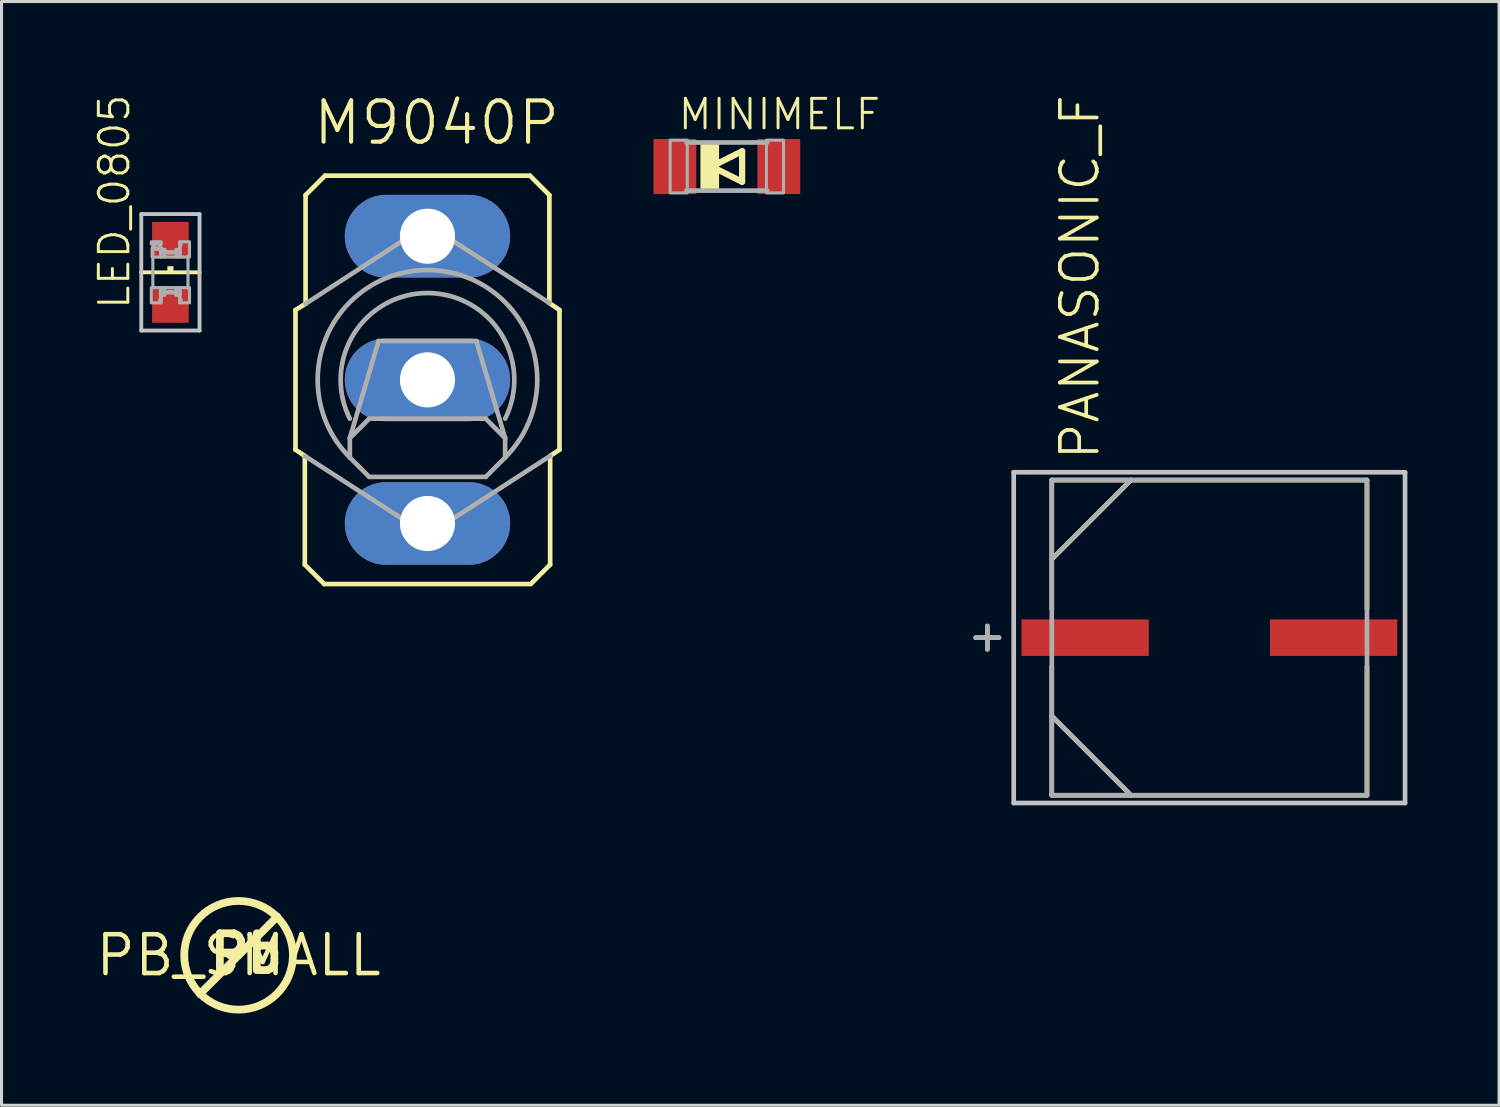
<source format=kicad_pcb>
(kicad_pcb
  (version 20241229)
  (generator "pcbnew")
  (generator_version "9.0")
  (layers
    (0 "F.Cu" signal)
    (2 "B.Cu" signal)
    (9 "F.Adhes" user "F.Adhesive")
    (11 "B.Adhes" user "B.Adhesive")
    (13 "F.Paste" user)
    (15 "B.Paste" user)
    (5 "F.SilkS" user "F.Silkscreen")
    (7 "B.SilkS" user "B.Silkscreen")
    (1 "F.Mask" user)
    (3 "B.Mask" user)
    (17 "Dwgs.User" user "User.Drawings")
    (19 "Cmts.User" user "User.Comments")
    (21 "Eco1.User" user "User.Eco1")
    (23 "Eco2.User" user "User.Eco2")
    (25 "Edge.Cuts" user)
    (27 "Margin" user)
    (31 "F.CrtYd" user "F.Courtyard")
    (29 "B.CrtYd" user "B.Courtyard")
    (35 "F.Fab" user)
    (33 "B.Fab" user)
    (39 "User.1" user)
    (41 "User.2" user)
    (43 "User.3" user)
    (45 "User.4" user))
  (footprint "PB_SMALL"
    (layer "F.Cu")
    (at 4.755 28.203)
    (property "Reference" "PB_SMALL" (at 0 0 0) (layer "F.SilkS") (effects (font (size 1.27 1.27) (thickness 0.15))))
    (attr through_hole)
    (fp_line (start -1.265 1.265) (end 1.265 -1.265) (stroke (width 0.254) (type solid)) (layer "F.SilkS"))
    (fp_circle (center 0 0) (end 1.778 0) (stroke (width 0.254) (type solid)) (fill no) (layer "F.SilkS"))
    (fp_text user "Pb" (at -1.065 0.646 0) (layer "F.SilkS") (effects (font (size 1.206 1.206) (thickness 0.254)) (justify left bottom))))
  (footprint "LED_0805"
    (layer "F.Cu")
    (at 2.525 5.859)
    (property "Reference" "LED_0805" (at -1.27 1.27 90) (layer "F.SilkS") (effects (font (size 0.965 0.965) (thickness 0.097)) (justify left bottom)))
    (attr through_hole)
    (fp_line (start -0.953 0) (end 0.953 0) (stroke (width 0.127) (type solid)) (layer "F.SilkS"))
    (fp_poly (pts (xy -0.1 0) (xy 0.1 0) (xy 0.1 -0.2) (xy -0.1 -0.2)) (stroke (width 0) (type solid)) (fill yes) (layer "F.SilkS"))
    (fp_line (start -0.953 -1.905) (end 0.953 -1.905) (stroke (width 0.127) (type solid)) (layer "Dwgs.User"))
    (fp_line (start -0.953 0) (end -0.953 -1.905) (stroke (width 0.127) (type solid)) (layer "Dwgs.User"))
    (fp_line (start -0.953 1.905) (end -0.953 0) (stroke (width 0.127) (type solid)) (layer "Dwgs.User"))
    (fp_line (start 0.953 -1.905) (end 0.953 0) (stroke (width 0.127) (type solid)) (layer "Dwgs.User"))
    (fp_line (start 0.953 0) (end 0.953 1.905) (stroke (width 0.127) (type solid)) (layer "Dwgs.User"))
    (fp_line (start 0.953 1.905) (end -0.953 1.905) (stroke (width 0.127) (type solid)) (layer "Dwgs.User"))
    (fp_line (start -0.575 0.5) (end -0.575 -0.925) (stroke (width 0.102) (type solid)) (layer "F.Fab"))
    (fp_line (start 0.575 -0.525) (end 0.575 0.525) (stroke (width 0.102) (type solid)) (layer "F.Fab"))
    (fp_arc (start -0.35 0.925) (mid -0.000001 0.625027) (end 0.35 0.924998) (stroke (width 0.1016) (type solid)) (layer "F.Fab"))
    (fp_arc (start 0.35 -0.924998) (mid -0.000001 -0.625027) (end -0.35 -0.925) (stroke (width 0.1016) (type solid)) (layer "F.Fab"))
    (fp_circle (center -0.45 -0.85) (end -0.347 -0.85) (stroke (width 0.102) (type solid)) (fill no) (layer "F.Fab"))
    (fp_poly (pts (xy -0.625 -0.925) (xy -0.3 -0.925) (xy -0.3 -1) (xy -0.625 -1)) (stroke (width 0.1) (type solid)) (fill no) (layer "F.Fab"))
    (fp_poly (pts (xy -0.625 1) (xy -0.3 1) (xy -0.3 0.5) (xy -0.625 0.5)) (stroke (width 0.1) (type solid)) (fill no) (layer "F.Fab"))
    (fp_poly (pts (xy -0.6 -0.5) (xy -0.3 -0.5) (xy -0.3 -0.8) (xy -0.6 -0.8)) (stroke (width 0.1) (type solid)) (fill no) (layer "F.Fab"))
    (fp_poly (pts (xy -0.325 -0.5) (xy -0.175 -0.5) (xy -0.175 -0.75) (xy -0.325 -0.75)) (stroke (width 0.1) (type solid)) (fill no) (layer "F.Fab"))
    (fp_poly (pts (xy -0.325 0.75) (xy -0.175 0.75) (xy -0.175 0.5) (xy -0.325 0.5)) (stroke (width 0.1) (type solid)) (fill no) (layer "F.Fab"))
    (fp_poly (pts (xy -0.2 -0.5) (xy 0.2 -0.5) (xy 0.2 -0.675) (xy -0.2 -0.675)) (stroke (width 0.1) (type solid)) (fill no) (layer "F.Fab"))
    (fp_poly (pts (xy -0.2 0.675) (xy 0.2 0.675) (xy 0.2 0.5) (xy -0.2 0.5)) (stroke (width 0.1) (type solid)) (fill no) (layer "F.Fab"))
    (fp_poly (pts (xy 0.175 -0.5) (xy 0.325 -0.5) (xy 0.325 -0.75) (xy 0.175 -0.75)) (stroke (width 0.1) (type solid)) (fill no) (layer "F.Fab"))
    (fp_poly (pts (xy 0.175 0.75) (xy 0.325 0.75) (xy 0.325 0.5) (xy 0.175 0.5)) (stroke (width 0.1) (type solid)) (fill no) (layer "F.Fab"))
    (fp_poly (pts (xy 0.3 -0.5) (xy 0.625 -0.5) (xy 0.625 -1) (xy 0.3 -1)) (stroke (width 0.1) (type solid)) (fill no) (layer "F.Fab"))
    (fp_poly (pts (xy 0.3 1) (xy 0.625 1) (xy 0.625 0.5) (xy 0.3 0.5)) (stroke (width 0.1) (type solid)) (fill no) (layer "F.Fab"))
    (pad "A" smd rect (at 0 1.05) (size 1.2 1.2) (layers "F.Cu" "F.Mask" "F.Paste"))
    (pad "C" smd rect (at 0 -1.05) (size 1.2 1.2) (layers "F.Cu" "F.Mask" "F.Paste")))
  (footprint "MINIMELF"
    (layer "F.Cu")
    (at 20.729 2.398)
    (property "Reference" "MINIMELF" (at -1.651 -1.143 180) (layer "F.SilkS") (effects (font (size 0.965 0.965) (thickness 0.097)) (justify left bottom)))
    (attr through_hole)
    (fp_line (start -0.5 0) (end 0.5 0.5) (stroke (width 0.203) (type solid)) (layer "F.SilkS"))
    (fp_line (start 0.5 -0.5) (end -0.5 0) (stroke (width 0.203) (type solid)) (layer "F.SilkS"))
    (fp_line (start 0.5 0.5) (end 0.5 -0.5) (stroke (width 0.203) (type solid)) (layer "F.SilkS"))
    (fp_poly (pts (xy -0.864 0.787) (xy -0.254 0.787) (xy -0.254 -0.787) (xy -0.864 -0.787)) (stroke (width 0) (type solid)) (fill yes) (layer "F.SilkS"))
    (fp_line (start 1.321 -0.787) (end -1.321 -0.787) (stroke (width 0.152) (type solid)) (layer "F.Fab"))
    (fp_line (start 1.321 0.787) (end -1.321 0.787) (stroke (width 0.152) (type solid)) (layer "F.Fab"))
    (fp_poly (pts (xy -1.854 0.864) (xy -1.295 0.864) (xy -1.295 -0.864) (xy -1.854 -0.864)) (stroke (width 0.1) (type solid)) (fill no) (layer "F.Fab"))
    (fp_poly (pts (xy 1.295 0.864) (xy 1.854 0.864) (xy 1.854 -0.864) (xy 1.295 -0.864)) (stroke (width 0.1) (type solid)) (fill no) (layer "F.Fab"))
    (pad "A" smd rect (at 1.7 0) (size 1.4 1.8) (layers "F.Cu" "F.Mask" "F.Paste"))
    (pad "C" smd rect (at -1.7 0) (size 1.4 1.8) (layers "F.Cu" "F.Mask" "F.Paste")))
  (footprint "M9040P"
    (layer "F.Cu")
    (at 10.935 9.377)
    (property "Reference" "M9040P" (at -3.81 -7.62 180) (layer "F.SilkS") (effects (font (size 1.351 1.351) (thickness 0.135)) (justify left bottom)))
    (attr through_hole)
    (fp_line (start -4.318 -2.286) (end -4.318 2.286) (stroke (width 0.152) (type solid)) (layer "F.SilkS"))
    (fp_line (start -4.318 2.286) (end -4.013 2.489) (stroke (width 0.152) (type solid)) (layer "F.SilkS"))
    (fp_line (start -4.013 6.045) (end -4.013 2.489) (stroke (width 0.152) (type solid)) (layer "F.SilkS"))
    (fp_line (start -4.013 6.045) (end -3.378 6.68) (stroke (width 0.152) (type solid)) (layer "F.SilkS"))
    (fp_line (start -3.988 -2.489) (end -4.318 -2.286) (stroke (width 0.152) (type solid)) (layer "F.SilkS"))
    (fp_line (start -3.988 -2.489) (end -3.988 -6.045) (stroke (width 0.152) (type solid)) (layer "F.SilkS"))
    (fp_line (start -3.353 -6.68) (end -3.988 -6.045) (stroke (width 0.152) (type solid)) (layer "F.SilkS"))
    (fp_line (start -3.353 -6.68) (end 3.353 -6.68) (stroke (width 0.152) (type solid)) (layer "F.SilkS"))
    (fp_line (start 3.378 6.68) (end -3.378 6.68) (stroke (width 0.152) (type solid)) (layer "F.SilkS"))
    (fp_line (start 3.378 6.68) (end 4.013 6.045) (stroke (width 0.152) (type solid)) (layer "F.SilkS"))
    (fp_line (start 3.988 -6.045) (end 3.353 -6.68) (stroke (width 0.152) (type solid)) (layer "F.SilkS"))
    (fp_line (start 3.988 -6.045) (end 3.988 -2.515) (stroke (width 0.152) (type solid)) (layer "F.SilkS"))
    (fp_line (start 4.013 2.489) (end 4.318 2.286) (stroke (width 0.152) (type solid)) (layer "F.SilkS"))
    (fp_line (start 4.013 6.045) (end 4.013 2.489) (stroke (width 0.152) (type solid)) (layer "F.SilkS"))
    (fp_line (start 4.318 -2.286) (end 3.988 -2.515) (stroke (width 0.152) (type solid)) (layer "F.SilkS"))
    (fp_line (start 4.318 -2.286) (end 4.318 2.286) (stroke (width 0.152) (type solid)) (layer "F.SilkS"))
    (fp_line (start -4.013 2.489) (end 0 5.08) (stroke (width 0.152) (type solid)) (layer "F.Fab"))
    (fp_line (start -2.54 2.54) (end -2.54 1.905) (stroke (width 0.152) (type solid)) (layer "F.Fab"))
    (fp_line (start -2.54 2.54) (end -1.905 3.175) (stroke (width 0.152) (type solid)) (layer "F.Fab"))
    (fp_line (start -1.905 1.27) (end -2.54 1.905) (stroke (width 0.152) (type solid)) (layer "F.Fab"))
    (fp_line (start -1.905 1.27) (end 1.905 1.27) (stroke (width 0.152) (type solid)) (layer "F.Fab"))
    (fp_line (start -1.6 -1.27) (end -2.54 1.905) (stroke (width 0.152) (type solid)) (layer "F.Fab"))
    (fp_line (start -1.6 -1.27) (end 1.6 -1.27) (stroke (width 0.152) (type solid)) (layer "F.Fab"))
    (fp_line (start 0 -5.08) (end -3.988 -2.489) (stroke (width 0.152) (type solid)) (layer "F.Fab"))
    (fp_line (start 0 5.08) (end 4.013 2.489) (stroke (width 0.152) (type solid)) (layer "F.Fab"))
    (fp_line (start 1.6 -1.27) (end 2.54 1.905) (stroke (width 0.152) (type solid)) (layer "F.Fab"))
    (fp_line (start 1.905 1.27) (end 2.54 1.905) (stroke (width 0.152) (type solid)) (layer "F.Fab"))
    (fp_line (start 1.905 3.175) (end -1.905 3.175) (stroke (width 0.152) (type solid)) (layer "F.Fab"))
    (fp_line (start 1.905 3.175) (end 2.54 2.54) (stroke (width 0.152) (type solid)) (layer "F.Fab"))
    (fp_line (start 2.54 1.905) (end 2.54 2.54) (stroke (width 0.152) (type solid)) (layer "F.Fab"))
    (fp_line (start 3.988 -2.515) (end 0 -5.08) (stroke (width 0.152) (type solid)) (layer "F.Fab"))
    (fp_arc (start -2.54 1.27) (mid 0 -2.839806) (end 2.54 1.27) (stroke (width 0.1524) (type solid)) (layer "F.Fab"))
    (fp_arc (start -2.54 2.54) (mid 0 -3.592102) (end 2.54 2.54) (stroke (width 0.1524) (type solid)) (layer "F.Fab"))
    (pad "1" thru_hole oval (at 0 -4.699) (size 5.41 2.705) (drill 1.803) (layers "*.Cu" "*.Mask"))
    (pad "2" thru_hole oval (at 0 0) (size 5.41 2.705) (drill 1.803) (layers "*.Cu" "*.Mask"))
    (pad "3" thru_hole oval (at 0 4.699) (size 5.41 2.705) (drill 1.803) (layers "*.Cu" "*.Mask")))
  (footprint "PANASONIC_F"
    (layer "F.Cu")
    (at 36.515 17.811)
    (property "Reference" "PANASONIC_F" (at -3.531 -5.74 270) (layer "F.SilkS") (effects (font (size 1.206 1.206) (thickness 0.121)) (justify left bottom)))
    (attr through_hole)
    (fp_line (start -7.264 -0.381) (end -7.264 0.381) (stroke (width 0.152) (type solid)) (layer "F.SilkS"))
    (fp_line (start -6.883 0) (end -7.645 0) (stroke (width 0.152) (type solid)) (layer "F.SilkS"))
    (fp_line (start -5.156 -5.156) (end -5.156 -0.94) (stroke (width 0.152) (type solid)) (layer "F.SilkS"))
    (fp_line (start -5.156 -2.565) (end -2.565 -5.156) (stroke (width 0.152) (type solid)) (layer "F.SilkS"))
    (fp_line (start -5.156 0.94) (end -5.156 2.565) (stroke (width 0.152) (type solid)) (layer "F.SilkS"))
    (fp_line (start -5.156 2.565) (end -5.156 5.156) (stroke (width 0.152) (type solid)) (layer "F.SilkS"))
    (fp_line (start -5.156 2.565) (end -2.565 5.156) (stroke (width 0.152) (type solid)) (layer "F.SilkS"))
    (fp_line (start -5.156 5.156) (end 5.156 5.156) (stroke (width 0.152) (type solid)) (layer "F.SilkS"))
    (fp_line (start 5.156 -5.156) (end -5.156 -5.156) (stroke (width 0.152) (type solid)) (layer "F.SilkS"))
    (fp_line (start 5.156 -0.94) (end 5.156 -5.156) (stroke (width 0.152) (type solid)) (layer "F.SilkS"))
    (fp_line (start 5.156 5.156) (end 5.156 0.94) (stroke (width 0.152) (type solid)) (layer "F.SilkS"))
    (fp_line (start -6.401 -5.41) (end 6.401 -5.41) (stroke (width 0.152) (type solid)) (layer "Dwgs.User"))
    (fp_line (start -6.401 5.41) (end -6.401 -5.41) (stroke (width 0.152) (type solid)) (layer "Dwgs.User"))
    (fp_line (start 6.401 -5.41) (end 6.401 5.41) (stroke (width 0.152) (type solid)) (layer "Dwgs.User"))
    (fp_line (start 6.401 5.41) (end -6.401 5.41) (stroke (width 0.152) (type solid)) (layer "Dwgs.User"))
    (fp_line (start -7.264 -0.381) (end -7.264 0.381) (stroke (width 0.152) (type solid)) (layer "F.Fab"))
    (fp_line (start -6.883 0) (end -7.645 0) (stroke (width 0.152) (type solid)) (layer "F.Fab"))
    (fp_line (start -5.156 -5.156) (end -5.156 5.156) (stroke (width 0.152) (type solid)) (layer "F.Fab"))
    (fp_line (start -5.156 -2.565) (end -2.565 -5.156) (stroke (width 0.152) (type solid)) (layer "F.Fab"))
    (fp_line (start -5.156 2.565) (end -2.565 5.156) (stroke (width 0.152) (type solid)) (layer "F.Fab"))
    (fp_line (start -5.156 5.156) (end 5.156 5.156) (stroke (width 0.152) (type solid)) (layer "F.Fab"))
    (fp_line (start 5.156 -5.156) (end -5.156 -5.156) (stroke (width 0.152) (type solid)) (layer "F.Fab"))
    (fp_line (start 5.156 5.156) (end 5.156 -5.156) (stroke (width 0.152) (type solid)) (layer "F.Fab"))
    (pad "1" smd rect (at -4.064 0) (size 4.166 1.194) (layers "F.Cu" "F.Mask" "F.Paste"))
    (pad "2" smd rect (at 4.064 0) (size 4.166 1.194) (layers "F.Cu" "F.Mask" "F.Paste")))
  (gr_rect
    (start -3 -3)
    (end 45.992 33.108)
    (stroke (width 0.1) (type default))
    (fill no)
    (layer "Edge.Cuts")))
</source>
